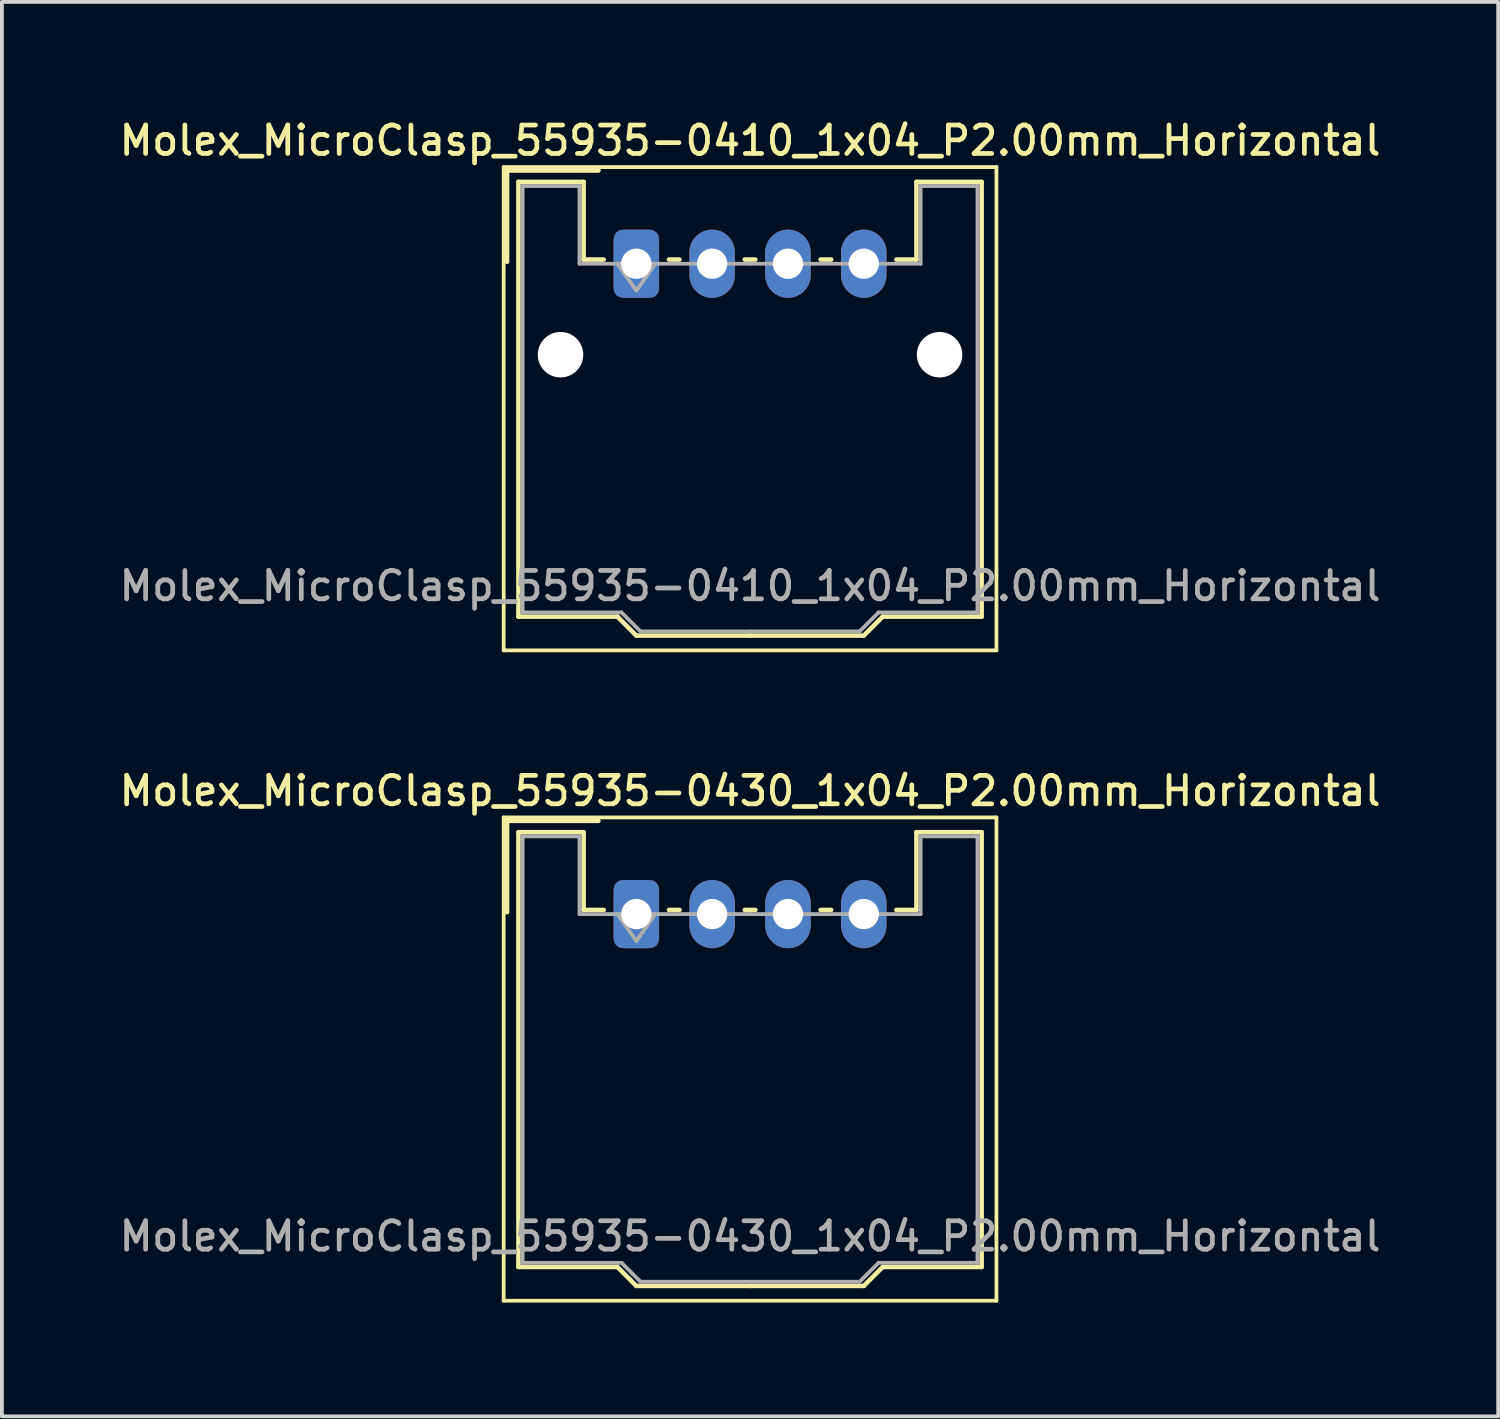
<source format=kicad_pcb>
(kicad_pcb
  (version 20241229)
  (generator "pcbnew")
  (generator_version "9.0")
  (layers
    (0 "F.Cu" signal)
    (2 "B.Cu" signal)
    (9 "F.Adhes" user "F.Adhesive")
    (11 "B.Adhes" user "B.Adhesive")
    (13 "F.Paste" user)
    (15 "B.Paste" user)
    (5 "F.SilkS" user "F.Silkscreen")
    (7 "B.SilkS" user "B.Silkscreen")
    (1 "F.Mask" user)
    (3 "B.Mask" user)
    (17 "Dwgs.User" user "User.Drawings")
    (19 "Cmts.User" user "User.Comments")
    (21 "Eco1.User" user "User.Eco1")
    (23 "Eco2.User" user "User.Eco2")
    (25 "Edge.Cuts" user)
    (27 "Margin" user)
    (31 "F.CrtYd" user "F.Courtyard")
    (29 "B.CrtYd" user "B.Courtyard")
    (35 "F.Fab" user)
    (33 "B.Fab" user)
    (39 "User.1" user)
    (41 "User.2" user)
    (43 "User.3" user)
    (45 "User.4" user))
  (footprint "Molex_MicroClasp_55935-0430_1x04_P2.00mm_Horizontal"
    (layer "F.Cu")
    (at 13.738 21.066)
    (property "Reference" "Molex_MicroClasp_55935-0430_1x04_P2.00mm_Horizontal" (at 3 -3.25 0) (layer "F.SilkS") (effects (font (size 0.75 0.75) (thickness 0.125))))
    (attr through_hole)
    (fp_line (start -3.5 -2.55) (end -3.5 10.2) (stroke (width 0.1) (type solid)) (layer "F.SilkS"))
    (fp_line (start -3.5 10.2) (end 9.5 10.2) (stroke (width 0.1) (type solid)) (layer "F.SilkS"))
    (fp_line (start -3.41 -2.46) (end -1 -2.46) (stroke (width 0.12) (type solid)) (layer "F.SilkS"))
    (fp_line (start -3.41 -0.05) (end -3.41 -2.46) (stroke (width 0.12) (type solid)) (layer "F.SilkS"))
    (fp_line (start -3.11 -2.16) (end -1.39 -2.16) (stroke (width 0.12) (type solid)) (layer "F.SilkS"))
    (fp_line (start -3.11 9.31) (end -3.11 -2.16) (stroke (width 0.12) (type solid)) (layer "F.SilkS"))
    (fp_line (start -1.39 -2.16) (end -1.39 -0.11) (stroke (width 0.12) (type solid)) (layer "F.SilkS"))
    (fp_line (start -1.39 -0.11) (end -0.86 -0.11) (stroke (width 0.12) (type solid)) (layer "F.SilkS"))
    (fp_line (start -0.5 9.31) (end -3.11 9.31) (stroke (width 0.12) (type solid)) (layer "F.SilkS"))
    (fp_line (start 0 9.81) (end -0.5 9.31) (stroke (width 0.12) (type solid)) (layer "F.SilkS"))
    (fp_line (start 0.86 -0.11) (end 1.14 -0.11) (stroke (width 0.12) (type solid)) (layer "F.SilkS"))
    (fp_line (start 2.86 -0.11) (end 3.14 -0.11) (stroke (width 0.12) (type solid)) (layer "F.SilkS"))
    (fp_line (start 3 9.81) (end 0 9.81) (stroke (width 0.12) (type solid)) (layer "F.SilkS"))
    (fp_line (start 3 9.81) (end 6 9.81) (stroke (width 0.12) (type solid)) (layer "F.SilkS"))
    (fp_line (start 4.86 -0.11) (end 5.14 -0.11) (stroke (width 0.12) (type solid)) (layer "F.SilkS"))
    (fp_line (start 6 9.81) (end 6.5 9.31) (stroke (width 0.12) (type solid)) (layer "F.SilkS"))
    (fp_line (start 6.5 9.31) (end 9.11 9.31) (stroke (width 0.12) (type solid)) (layer "F.SilkS"))
    (fp_line (start 7.39 -2.16) (end 7.39 -0.11) (stroke (width 0.12) (type solid)) (layer "F.SilkS"))
    (fp_line (start 7.39 -0.11) (end 6.86 -0.11) (stroke (width 0.12) (type solid)) (layer "F.SilkS"))
    (fp_line (start 9.11 -2.16) (end 7.39 -2.16) (stroke (width 0.12) (type solid)) (layer "F.SilkS"))
    (fp_line (start 9.11 9.31) (end 9.11 -2.16) (stroke (width 0.12) (type solid)) (layer "F.SilkS"))
    (fp_line (start 9.5 -2.55) (end -3.5 -2.55) (stroke (width 0.1) (type solid)) (layer "F.SilkS"))
    (fp_line (start 9.5 10.2) (end 9.5 -2.55) (stroke (width 0.1) (type solid)) (layer "F.SilkS"))
    (fp_line (start -3 -2.05) (end -1.5 -2.05) (stroke (width 0.1) (type solid)) (layer "F.Fab"))
    (fp_line (start -3 9.2) (end -3 -2.05) (stroke (width 0.1) (type solid)) (layer "F.Fab"))
    (fp_line (start -1.5 -2.05) (end -1.5 0) (stroke (width 0.1) (type solid)) (layer "F.Fab"))
    (fp_line (start -1.5 0) (end 3 0) (stroke (width 0.1) (type solid)) (layer "F.Fab"))
    (fp_line (start -0.5 0) (end 0 0.707) (stroke (width 0.1) (type solid)) (layer "F.Fab"))
    (fp_line (start -0.39 9.2) (end -3 9.2) (stroke (width 0.1) (type solid)) (layer "F.Fab"))
    (fp_line (start 0 0.707) (end 0.5 0) (stroke (width 0.1) (type solid)) (layer "F.Fab"))
    (fp_line (start 0.11 9.7) (end -0.39 9.2) (stroke (width 0.1) (type solid)) (layer "F.Fab"))
    (fp_line (start 3 9.7) (end 0.11 9.7) (stroke (width 0.1) (type solid)) (layer "F.Fab"))
    (fp_line (start 3 9.7) (end 5.89 9.7) (stroke (width 0.1) (type solid)) (layer "F.Fab"))
    (fp_line (start 5.89 9.7) (end 6.39 9.2) (stroke (width 0.1) (type solid)) (layer "F.Fab"))
    (fp_line (start 6.39 9.2) (end 9 9.2) (stroke (width 0.1) (type solid)) (layer "F.Fab"))
    (fp_line (start 7.5 -2.05) (end 7.5 0) (stroke (width 0.1) (type solid)) (layer "F.Fab"))
    (fp_line (start 7.5 0) (end 3 0) (stroke (width 0.1) (type solid)) (layer "F.Fab"))
    (fp_line (start 9 -2.05) (end 7.5 -2.05) (stroke (width 0.1) (type solid)) (layer "F.Fab"))
    (fp_line (start 9 9.2) (end 9 -2.05) (stroke (width 0.1) (type solid)) (layer "F.Fab"))
    (fp_text user "${REFERENCE}" (at 3 8.5 0) (layer "F.Fab") (effects (font (size 0.75 0.75) (thickness 0.125))))
    (pad "1" thru_hole roundrect (at 0 0) (size 1.2 1.8) (drill 0.8) (layers "*.Cu" "*.Mask") (roundrect_rratio 0.208))
    (pad "2" thru_hole oval (at 2 0) (size 1.2 1.8) (drill 0.8) (layers "*.Cu" "*.Mask"))
    (pad "3" thru_hole oval (at 4 0) (size 1.2 1.8) (drill 0.8) (layers "*.Cu" "*.Mask"))
    (pad "4" thru_hole oval (at 6 0) (size 1.2 1.8) (drill 0.8) (layers "*.Cu" "*.Mask")))
  (footprint "Molex_MicroClasp_55935-0410_1x04_P2.00mm_Horizontal"
    (layer "F.Cu")
    (at 13.738 3.908)
    (property "Reference" "Molex_MicroClasp_55935-0410_1x04_P2.00mm_Horizontal" (at 3 -3.25 0) (layer "F.SilkS") (effects (font (size 0.75 0.75) (thickness 0.125))))
    (attr through_hole)
    (fp_line (start -3.5 -2.55) (end -3.5 10.2) (stroke (width 0.1) (type solid)) (layer "F.SilkS"))
    (fp_line (start -3.5 10.2) (end 9.5 10.2) (stroke (width 0.1) (type solid)) (layer "F.SilkS"))
    (fp_line (start -3.41 -2.46) (end -1 -2.46) (stroke (width 0.12) (type solid)) (layer "F.SilkS"))
    (fp_line (start -3.41 -0.05) (end -3.41 -2.46) (stroke (width 0.12) (type solid)) (layer "F.SilkS"))
    (fp_line (start -3.11 -2.16) (end -1.39 -2.16) (stroke (width 0.12) (type solid)) (layer "F.SilkS"))
    (fp_line (start -3.11 9.31) (end -3.11 -2.16) (stroke (width 0.12) (type solid)) (layer "F.SilkS"))
    (fp_line (start -1.39 -2.16) (end -1.39 -0.11) (stroke (width 0.12) (type solid)) (layer "F.SilkS"))
    (fp_line (start -1.39 -0.11) (end -0.86 -0.11) (stroke (width 0.12) (type solid)) (layer "F.SilkS"))
    (fp_line (start -0.5 9.31) (end -3.11 9.31) (stroke (width 0.12) (type solid)) (layer "F.SilkS"))
    (fp_line (start 0 9.81) (end -0.5 9.31) (stroke (width 0.12) (type solid)) (layer "F.SilkS"))
    (fp_line (start 0.86 -0.11) (end 1.14 -0.11) (stroke (width 0.12) (type solid)) (layer "F.SilkS"))
    (fp_line (start 2.86 -0.11) (end 3.14 -0.11) (stroke (width 0.12) (type solid)) (layer "F.SilkS"))
    (fp_line (start 3 9.81) (end 0 9.81) (stroke (width 0.12) (type solid)) (layer "F.SilkS"))
    (fp_line (start 3 9.81) (end 6 9.81) (stroke (width 0.12) (type solid)) (layer "F.SilkS"))
    (fp_line (start 4.86 -0.11) (end 5.14 -0.11) (stroke (width 0.12) (type solid)) (layer "F.SilkS"))
    (fp_line (start 6 9.81) (end 6.5 9.31) (stroke (width 0.12) (type solid)) (layer "F.SilkS"))
    (fp_line (start 6.5 9.31) (end 9.11 9.31) (stroke (width 0.12) (type solid)) (layer "F.SilkS"))
    (fp_line (start 7.39 -2.16) (end 7.39 -0.11) (stroke (width 0.12) (type solid)) (layer "F.SilkS"))
    (fp_line (start 7.39 -0.11) (end 6.86 -0.11) (stroke (width 0.12) (type solid)) (layer "F.SilkS"))
    (fp_line (start 9.11 -2.16) (end 7.39 -2.16) (stroke (width 0.12) (type solid)) (layer "F.SilkS"))
    (fp_line (start 9.11 9.31) (end 9.11 -2.16) (stroke (width 0.12) (type solid)) (layer "F.SilkS"))
    (fp_line (start 9.5 -2.55) (end -3.5 -2.55) (stroke (width 0.1) (type solid)) (layer "F.SilkS"))
    (fp_line (start 9.5 10.2) (end 9.5 -2.55) (stroke (width 0.1) (type solid)) (layer "F.SilkS"))
    (fp_line (start -3 -2.05) (end -1.5 -2.05) (stroke (width 0.1) (type solid)) (layer "F.Fab"))
    (fp_line (start -3 9.2) (end -3 -2.05) (stroke (width 0.1) (type solid)) (layer "F.Fab"))
    (fp_line (start -1.5 -2.05) (end -1.5 0) (stroke (width 0.1) (type solid)) (layer "F.Fab"))
    (fp_line (start -1.5 0) (end 3 0) (stroke (width 0.1) (type solid)) (layer "F.Fab"))
    (fp_line (start -0.5 0) (end 0 0.707) (stroke (width 0.1) (type solid)) (layer "F.Fab"))
    (fp_line (start -0.39 9.2) (end -3 9.2) (stroke (width 0.1) (type solid)) (layer "F.Fab"))
    (fp_line (start 0 0.707) (end 0.5 0) (stroke (width 0.1) (type solid)) (layer "F.Fab"))
    (fp_line (start 0.11 9.7) (end -0.39 9.2) (stroke (width 0.1) (type solid)) (layer "F.Fab"))
    (fp_line (start 3 9.7) (end 0.11 9.7) (stroke (width 0.1) (type solid)) (layer "F.Fab"))
    (fp_line (start 3 9.7) (end 5.89 9.7) (stroke (width 0.1) (type solid)) (layer "F.Fab"))
    (fp_line (start 5.89 9.7) (end 6.39 9.2) (stroke (width 0.1) (type solid)) (layer "F.Fab"))
    (fp_line (start 6.39 9.2) (end 9 9.2) (stroke (width 0.1) (type solid)) (layer "F.Fab"))
    (fp_line (start 7.5 -2.05) (end 7.5 0) (stroke (width 0.1) (type solid)) (layer "F.Fab"))
    (fp_line (start 7.5 0) (end 3 0) (stroke (width 0.1) (type solid)) (layer "F.Fab"))
    (fp_line (start 9 -2.05) (end 7.5 -2.05) (stroke (width 0.1) (type solid)) (layer "F.Fab"))
    (fp_line (start 9 9.2) (end 9 -2.05) (stroke (width 0.1) (type solid)) (layer "F.Fab"))
    (fp_text user "${REFERENCE}" (at 3 8.5 0) (layer "F.Fab") (effects (font (size 0.75 0.75) (thickness 0.125))))
    (pad "" np_thru_hole circle (at -2 2.4) (size 1.2 1.2) (drill 1.2) (layers "*.Cu" "*.Mask"))
    (pad "" np_thru_hole circle (at 8 2.4) (size 1.2 1.2) (drill 1.2) (layers "*.Cu" "*.Mask"))
    (pad "1" thru_hole roundrect (at 0 0) (size 1.2 1.8) (drill 0.8) (layers "*.Cu" "*.Mask") (roundrect_rratio 0.208))
    (pad "2" thru_hole oval (at 2 0) (size 1.2 1.8) (drill 0.8) (layers "*.Cu" "*.Mask"))
    (pad "3" thru_hole oval (at 4 0) (size 1.2 1.8) (drill 0.8) (layers "*.Cu" "*.Mask"))
    (pad "4" thru_hole oval (at 6 0) (size 1.2 1.8) (drill 0.8) (layers "*.Cu" "*.Mask")))
  (gr_rect
    (start -3 -3)
    (end 36.475 34.316)
    (stroke (width 0.1) (type default))
    (fill no)
    (layer "Edge.Cuts")))
</source>
